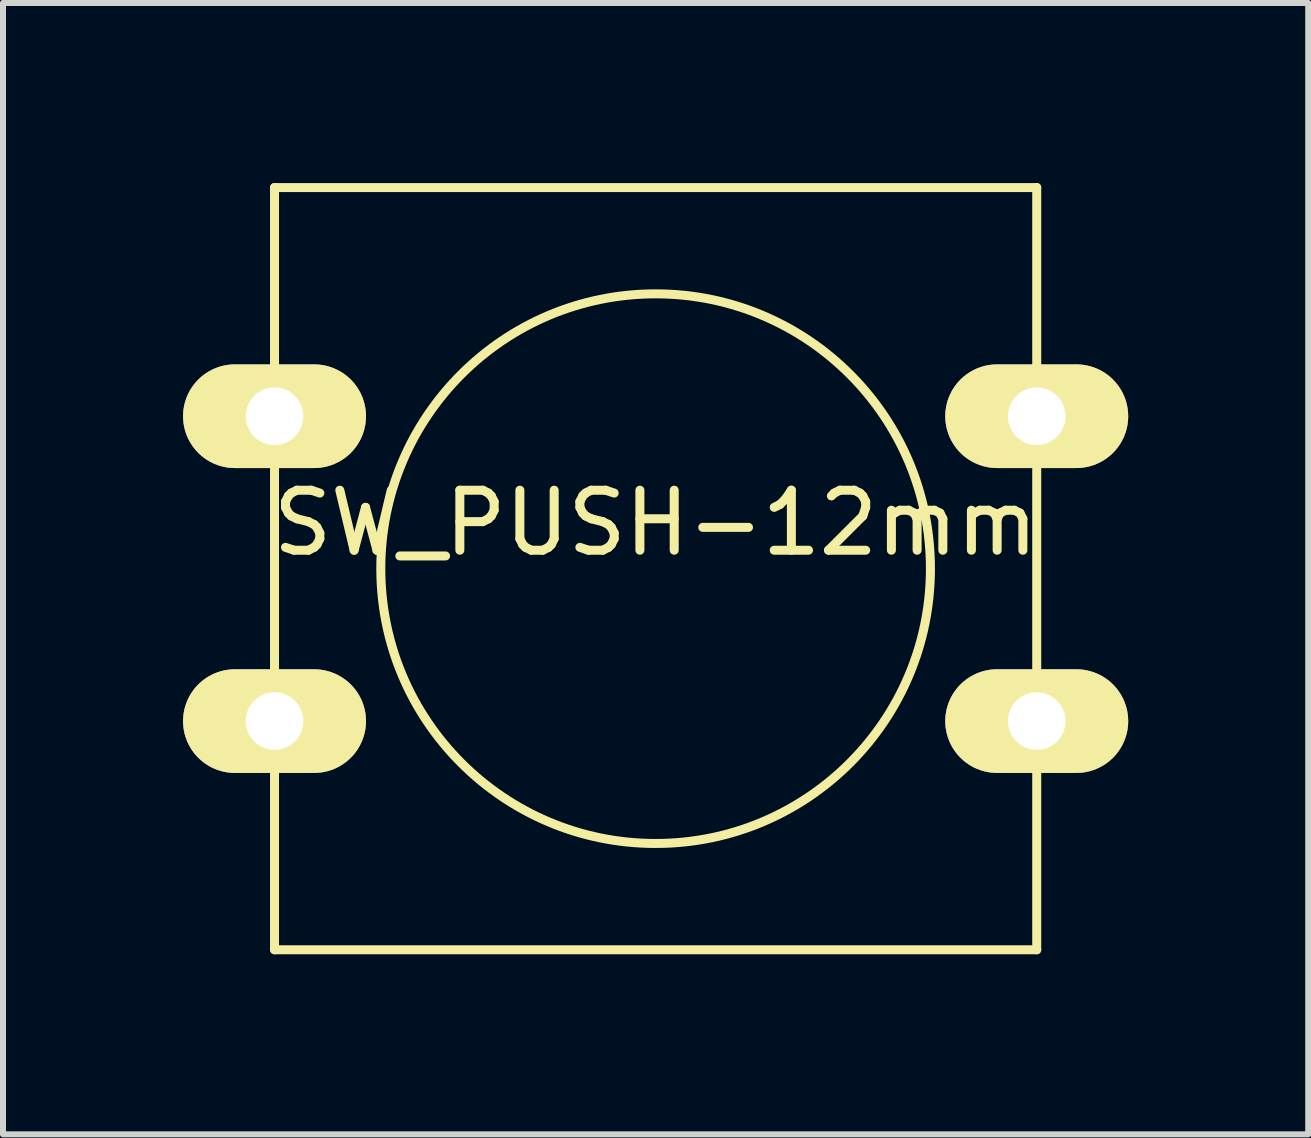
<source format=kicad_pcb>
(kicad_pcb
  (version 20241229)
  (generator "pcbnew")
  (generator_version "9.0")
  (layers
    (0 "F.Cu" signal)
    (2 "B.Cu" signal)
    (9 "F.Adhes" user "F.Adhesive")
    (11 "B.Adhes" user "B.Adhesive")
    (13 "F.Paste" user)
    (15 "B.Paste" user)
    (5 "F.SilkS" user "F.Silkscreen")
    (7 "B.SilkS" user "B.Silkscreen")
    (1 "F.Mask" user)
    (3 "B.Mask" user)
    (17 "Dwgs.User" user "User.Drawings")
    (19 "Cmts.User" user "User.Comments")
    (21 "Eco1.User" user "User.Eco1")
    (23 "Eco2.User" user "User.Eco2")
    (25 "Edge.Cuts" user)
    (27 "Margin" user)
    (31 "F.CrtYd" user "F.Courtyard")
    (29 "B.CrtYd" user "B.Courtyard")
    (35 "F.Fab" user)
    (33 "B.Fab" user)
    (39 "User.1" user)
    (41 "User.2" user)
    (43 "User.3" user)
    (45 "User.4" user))
  (footprint "SW_PUSH-12mm"
    (layer "F.Cu")
    (at 7.874 6.425)
    (property "Reference" "SW_PUSH-12mm" (at 0 -0.762 0) (layer "F.SilkS") (effects (font (size 1 1) (thickness 0.15))))
    (attr through_hole)
    (fp_line (start -6.35 -6.35) (end 6.35 -6.35) (stroke (width 0.15) (type solid)) (layer "F.SilkS"))
    (fp_line (start -6.35 6.35) (end -6.35 -6.35) (stroke (width 0.15) (type solid)) (layer "F.SilkS"))
    (fp_line (start 6.35 -6.35) (end 6.35 6.35) (stroke (width 0.15) (type solid)) (layer "F.SilkS"))
    (fp_line (start 6.35 6.35) (end -6.35 6.35) (stroke (width 0.15) (type solid)) (layer "F.SilkS"))
    (fp_circle (center 0 0) (end 3.81 2.54) (stroke (width 0.15) (type solid)) (fill no) (layer "F.SilkS"))
    (pad "1" thru_hole oval (at -6.35 -2.54) (size 3.048 1.727) (drill 0.96) (layers "*.Cu" "*.Mask" "F.SilkS"))
    (pad "1" thru_hole oval (at 6.35 -2.54) (size 3.048 1.727) (drill 0.96) (layers "*.Cu" "*.Mask" "F.SilkS"))
    (pad "2" thru_hole oval (at -6.35 2.54) (size 3.048 1.727) (drill 0.96) (layers "*.Cu" "*.Mask" "F.SilkS"))
    (pad "2" thru_hole oval (at 6.35 2.54) (size 3.048 1.727) (drill 0.96) (layers "*.Cu" "*.Mask" "F.SilkS")))
  (gr_rect
    (start -3 -3)
    (end 18.748 15.85)
    (stroke (width 0.1) (type default))
    (fill no)
    (layer "Edge.Cuts")))
</source>
